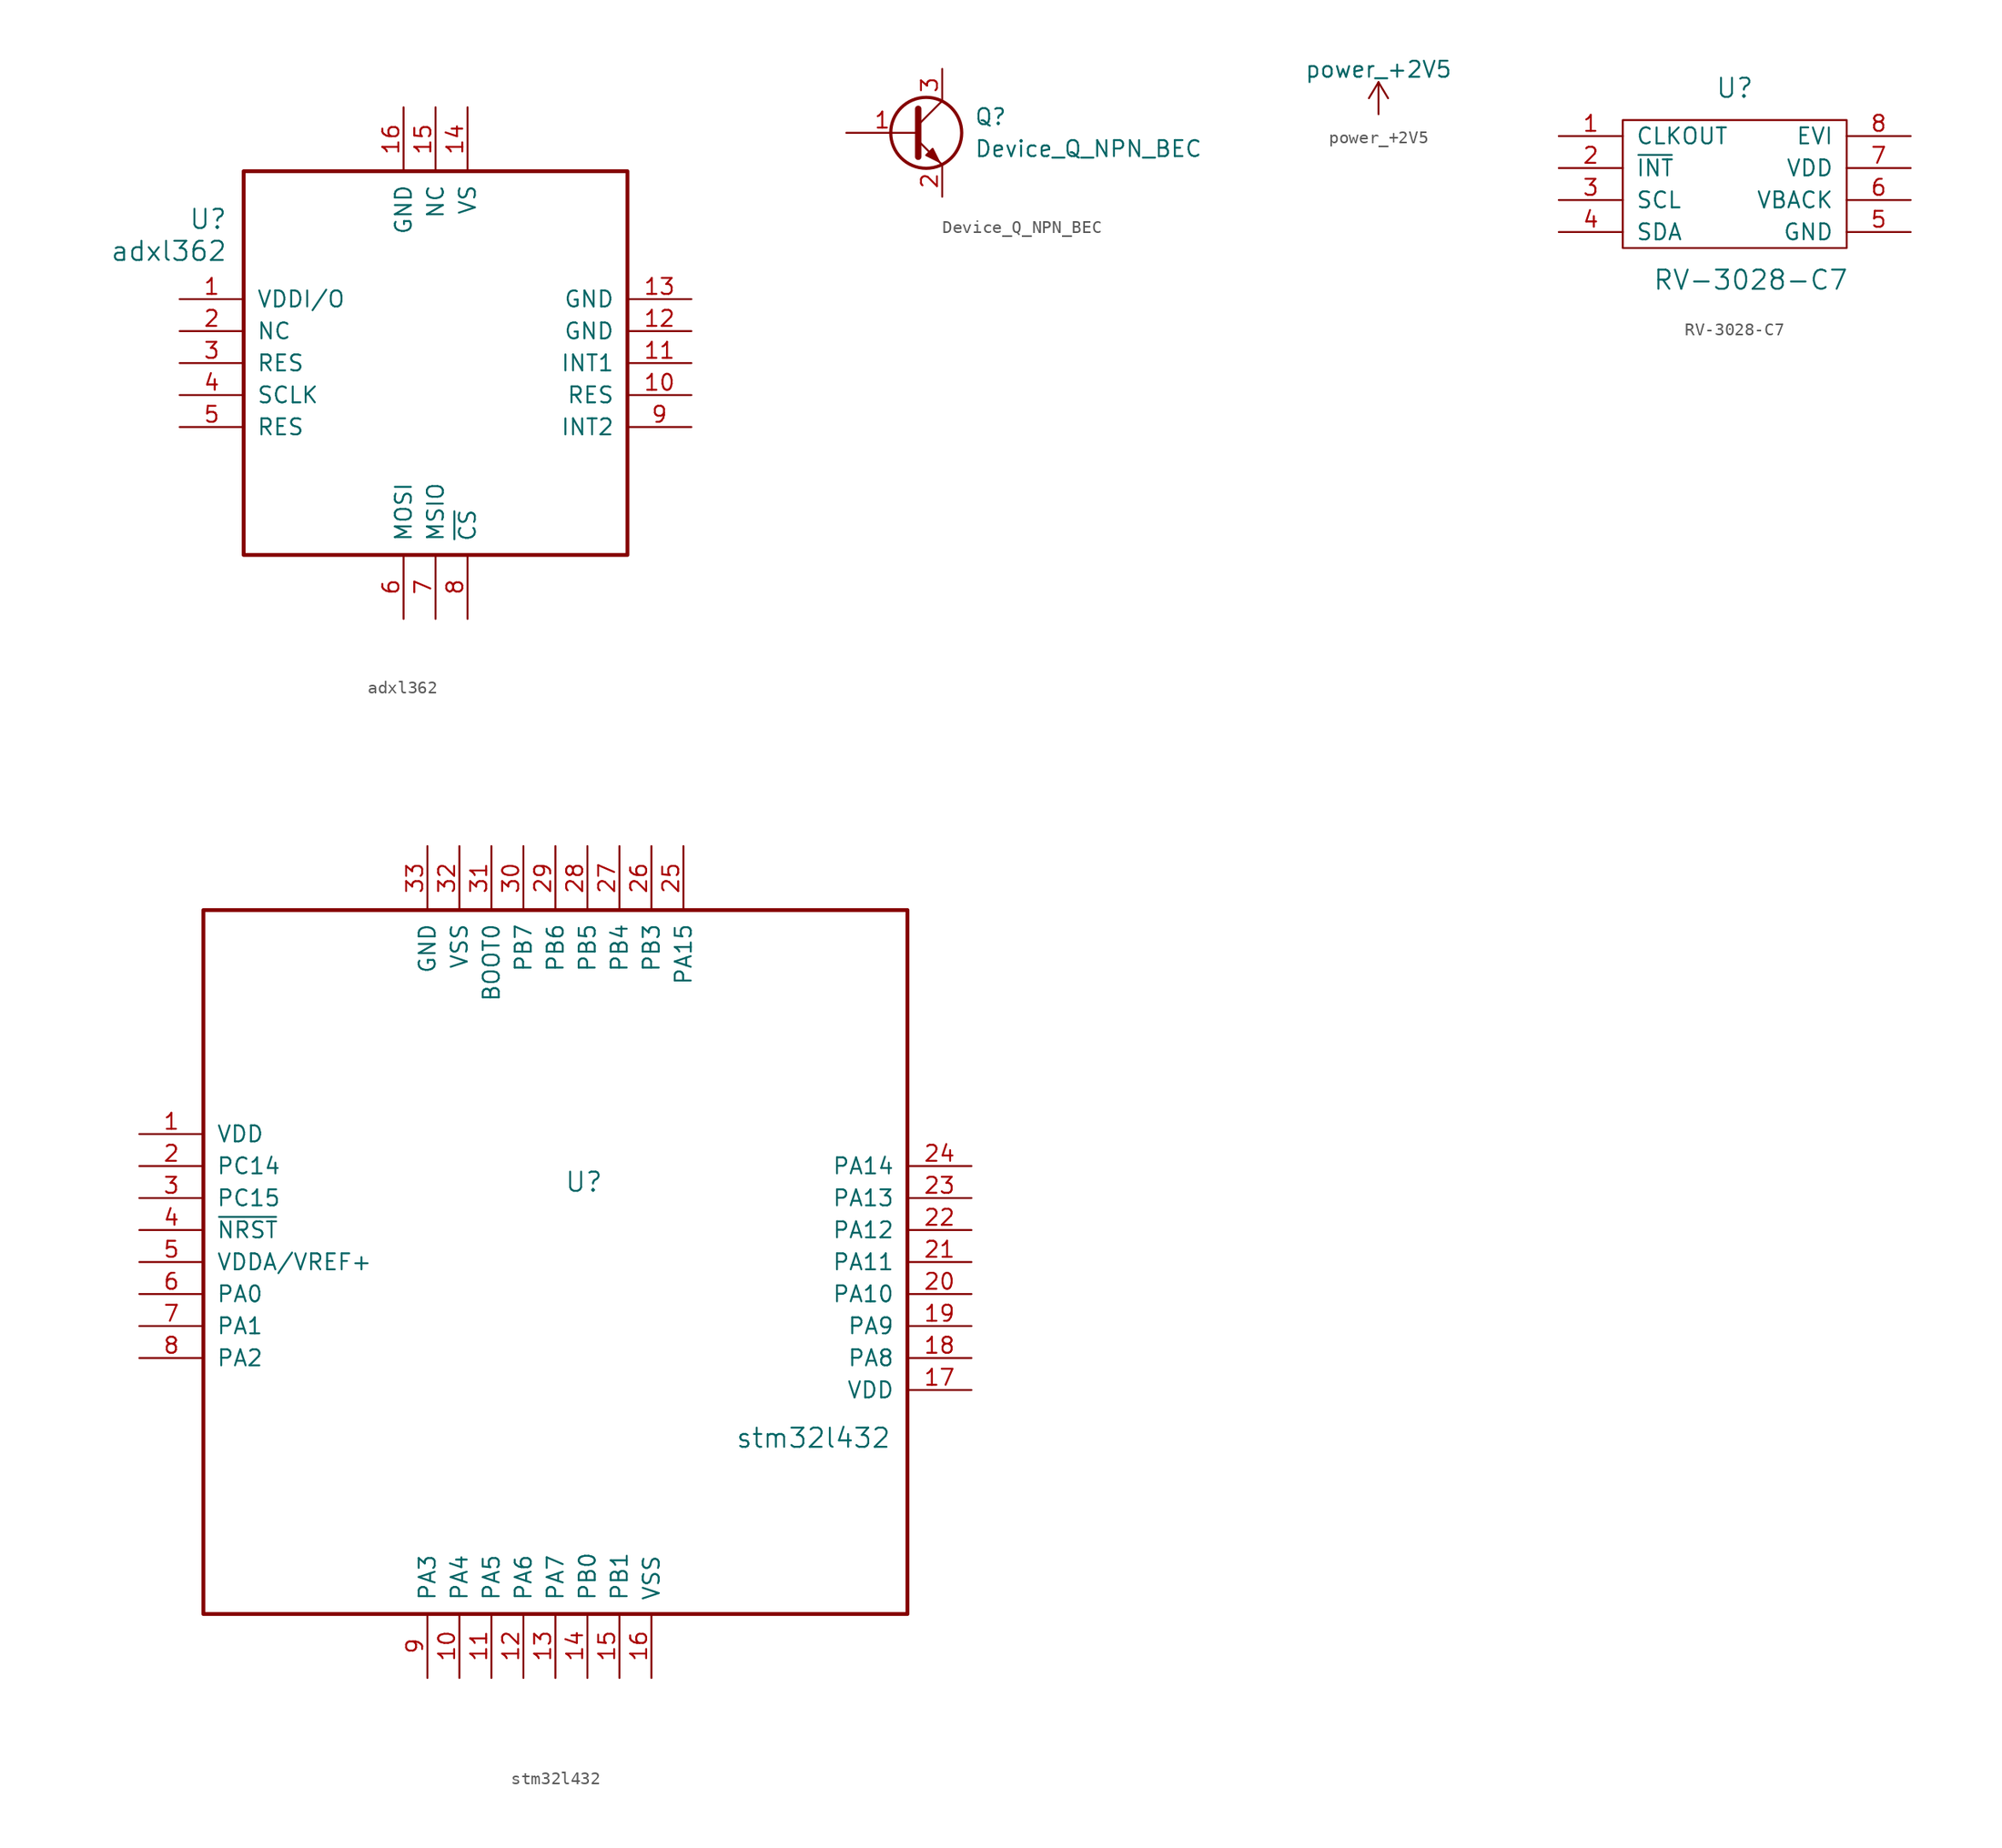
<source format=kicad_sym>
(kicad_symbol_lib
  (version 20211014)
  (generator kicad_symbol_editor)
  (symbol "adxl362"
    (pin_names
      (offset 1.016))
    (property "Reference" "U"
      (at 3.81 6.35 0)
      (effects (font (size 1.524 1.524)) (justify right)))
    (property "Value" "adxl362"
      (at 3.81 3.81 0)
      (effects (font (size 1.524 1.524)) (justify right)))
    (property "ki_locked" ""
      (at 0 0 0)
      (effects (font (size 1.27 1.27))))
    (symbol "adxl362_1_1"
      (rectangle (start 5.08 10.16) (end 35.56 -20.32) (stroke (width 0.305) (type default) (color 0 0 0 0)) (fill (type none)))
      (pin power_in line (at 0 0 0) (length 5.08) (name "VDDI/O" (effects (font (size 1.27 1.27)))) (number "1" (effects (font (size 1.27 1.27)))))
      (pin passive line (at 40.64 -7.62 180) (length 5.08) (name "RES" (effects (font (size 1.27 1.27)))) (number "10" (effects (font (size 1.27 1.27)))))
      (pin output line (at 40.64 -5.08 180) (length 5.08) (name "INT1" (effects (font (size 1.27 1.27)))) (number "11" (effects (font (size 1.27 1.27)))))
      (pin power_in line (at 40.64 -2.54 180) (length 5.08) (name "GND" (effects (font (size 1.27 1.27)))) (number "12" (effects (font (size 1.27 1.27)))))
      (pin power_in line (at 40.64 0 180) (length 5.08) (name "GND" (effects (font (size 1.27 1.27)))) (number "13" (effects (font (size 1.27 1.27)))))
      (pin power_in line (at 22.86 15.24 270) (length 5.08) (name "VS" (effects (font (size 1.27 1.27)))) (number "14" (effects (font (size 1.27 1.27)))))
      (pin passive line (at 20.32 15.24 270) (length 5.08) (name "NC" (effects (font (size 1.27 1.27)))) (number "15" (effects (font (size 1.27 1.27)))))
      (pin power_in line (at 17.78 15.24 270) (length 5.08) (name "GND" (effects (font (size 1.27 1.27)))) (number "16" (effects (font (size 1.27 1.27)))))
      (pin output line (at 0 -2.54 0) (length 5.08) (name "NC" (effects (font (size 1.27 1.27)))) (number "2" (effects (font (size 1.27 1.27)))))
      (pin output line (at 0 -5.08 0) (length 5.08) (name "RES" (effects (font (size 1.27 1.27)))) (number "3" (effects (font (size 1.27 1.27)))))
      (pin input line (at 0 -7.62 0) (length 5.08) (name "SCLK" (effects (font (size 1.27 1.27)))) (number "4" (effects (font (size 1.27 1.27)))))
      (pin output line (at 0 -10.16 0) (length 5.08) (name "RES" (effects (font (size 1.27 1.27)))) (number "5" (effects (font (size 1.27 1.27)))))
      (pin input line (at 17.78 -25.4 90) (length 5.08) (name "MOSI" (effects (font (size 1.27 1.27)))) (number "6" (effects (font (size 1.27 1.27)))))
      (pin output line (at 20.32 -25.4 90) (length 5.08) (name "MSIO" (effects (font (size 1.27 1.27)))) (number "7" (effects (font (size 1.27 1.27)))))
      (pin input line (at 22.86 -25.4 90) (length 5.08) (name "~{CS}" (effects (font (size 1.27 1.27)))) (number "8" (effects (font (size 1.27 1.27)))))
      (pin bidirectional line (at 40.64 -10.16 180) (length 5.08) (name "INT2" (effects (font (size 1.27 1.27)))) (number "9" (effects (font (size 1.27 1.27)))))))
  (symbol "Device_Q_NPN_BEC"
    (pin_names
      (offset 0) hide)
    (property "Reference" "Q"
      (at 5.08 1.27 0)
      (effects (font (size 1.27 1.27)) (justify left)))
    (property "Value" "Device_Q_NPN_BEC"
      (at 5.08 -1.27 0)
      (effects (font (size 1.27 1.27)) (justify left)))
    (symbol "Device_Q_NPN_BEC_0_1"
      (polyline (pts (xy 0.635 0.635) (xy 2.54 2.54)) (stroke (width 0) (type default) (color 0 0 0 0)) (fill (type none)))
      (polyline (pts (xy 0.635 -0.635) (xy 2.54 -2.54) (xy 2.54 -2.54)) (stroke (width 0) (type default) (color 0 0 0 0)) (fill (type none)))
      (polyline (pts (xy 0.635 1.905) (xy 0.635 -1.905) (xy 0.635 -1.905)) (stroke (width 0.508) (type default) (color 0 0 0 0)) (fill (type none)))
      (polyline (pts (xy 1.27 -1.778) (xy 1.778 -1.27) (xy 2.286 -2.286) (xy 1.27 -1.778) (xy 1.27 -1.778)) (stroke (width 0) (type default) (color 0 0 0 0)) (fill (type outline)))
      (circle (center 1.27 0) (radius 2.819) (stroke (width 0.254) (type default) (color 0 0 0 0)) (fill (type none))))
    (symbol "Device_Q_NPN_BEC_1_1"
      (pin input line (at -5.08 0 0) (length 5.715) (name "B" (effects (font (size 1.27 1.27)))) (number "1" (effects (font (size 1.27 1.27)))))
      (pin passive line (at 2.54 -5.08 90) (length 2.54) (name "E" (effects (font (size 1.27 1.27)))) (number "2" (effects (font (size 1.27 1.27)))))
      (pin passive line (at 2.54 5.08 270) (length 2.54) (name "C" (effects (font (size 1.27 1.27)))) (number "3" (effects (font (size 1.27 1.27)))))))
  (symbol "power_+2V5"
    (power)
    (pin_names
      (offset 0))
    (property "Reference" "#PWR"
      (at 0 -3.81 0)
      (effects (font (size 1.27 1.27)) hide))
    (property "Value" "power_+2V5"
      (at 0 3.556 0)
      (effects (font (size 1.27 1.27))))
    (symbol "power_+2V5_0_1"
      (polyline (pts (xy -0.762 1.27) (xy 0 2.54)) (stroke (width 0) (type default) (color 0 0 0 0)) (fill (type none)))
      (polyline (pts (xy 0 0) (xy 0 2.54)) (stroke (width 0) (type default) (color 0 0 0 0)) (fill (type none)))
      (polyline (pts (xy 0 2.54) (xy 0.762 1.27)) (stroke (width 0) (type default) (color 0 0 0 0)) (fill (type none))))
    (symbol "power_+2V5_1_1"
      (pin power_in line (at 0 0 90) (length 0) hide (name "+2V5" (effects (font (size 1.27 1.27)))) (number "1" (effects (font (size 1.27 1.27)))))))
  (symbol "RV-3028-C7"
    (pin_names
      (offset 1.016))
    (property "Reference" "U"
      (at 0 7.62 0)
      (effects (font (size 1.524 1.524))))
    (property "Value" "RV-3028-C7"
      (at 1.27 -7.62 0)
      (effects (font (size 1.524 1.524))))
    (symbol "RV-3028-C7_0_1"
      (rectangle (start -8.89 5.08) (end 8.89 -5.08) (stroke (width 0) (type default) (color 0 0 0 0)) (fill (type none))))
    (symbol "RV-3028-C7_1_1"
      (pin input line (at -13.97 3.81 0) (length 5.08) (name "CLKOUT" (effects (font (size 1.27 1.27)))) (number "1" (effects (font (size 1.27 1.27)))))
      (pin input line (at -13.97 1.27 0) (length 5.08) (name "~{INT}" (effects (font (size 1.27 1.27)))) (number "2" (effects (font (size 1.27 1.27)))))
      (pin input line (at -13.97 -1.27 0) (length 5.08) (name "SCL" (effects (font (size 1.27 1.27)))) (number "3" (effects (font (size 1.27 1.27)))))
      (pin input line (at -13.97 -3.81 0) (length 5.08) (name "SDA" (effects (font (size 1.27 1.27)))) (number "4" (effects (font (size 1.27 1.27)))))
      (pin input line (at 13.97 -3.81 180) (length 5.08) (name "GND" (effects (font (size 1.27 1.27)))) (number "5" (effects (font (size 1.27 1.27)))))
      (pin input line (at 13.97 -1.27 180) (length 5.08) (name "VBACK" (effects (font (size 1.27 1.27)))) (number "6" (effects (font (size 1.27 1.27)))))
      (pin input line (at 13.97 1.27 180) (length 5.08) (name "VDD" (effects (font (size 1.27 1.27)))) (number "7" (effects (font (size 1.27 1.27)))))
      (pin input line (at 13.97 3.81 180) (length 5.08) (name "EVI" (effects (font (size 1.27 1.27)))) (number "8" (effects (font (size 1.27 1.27)))))))
  (symbol "stm32l432"
    (pin_names
      (offset 1.016))
    (property "Reference" "U"
      (at 36.83 -3.81 0)
      (effects (font (size 1.524 1.524)) (justify right)))
    (property "Value" "stm32l432"
      (at 59.69 -24.13 0)
      (effects (font (size 1.524 1.524)) (justify right)))
    (property "ki_locked" ""
      (at 0 0 0)
      (effects (font (size 1.27 1.27))))
    (symbol "stm32l432_1_1"
      (rectangle (start 5.08 17.78) (end 60.96 -38.1) (stroke (width 0.305) (type default) (color 0 0 0 0)) (fill (type none)))
      (pin power_in line (at 0 0 0) (length 5.08) (name "VDD" (effects (font (size 1.27 1.27)))) (number "1" (effects (font (size 1.27 1.27)))))
      (pin bidirectional line (at 25.4 -43.18 90) (length 5.08) (name "PA4" (effects (font (size 1.27 1.27)))) (number "10" (effects (font (size 1.27 1.27)))))
      (pin bidirectional line (at 27.94 -43.18 90) (length 5.08) (name "PA5" (effects (font (size 1.27 1.27)))) (number "11" (effects (font (size 1.27 1.27)))))
      (pin bidirectional line (at 30.48 -43.18 90) (length 5.08) (name "PA6" (effects (font (size 1.27 1.27)))) (number "12" (effects (font (size 1.27 1.27)))))
      (pin bidirectional line (at 33.02 -43.18 90) (length 5.08) (name "PA7" (effects (font (size 1.27 1.27)))) (number "13" (effects (font (size 1.27 1.27)))))
      (pin bidirectional line (at 35.56 -43.18 90) (length 5.08) (name "PB0" (effects (font (size 1.27 1.27)))) (number "14" (effects (font (size 1.27 1.27)))))
      (pin bidirectional line (at 38.1 -43.18 90) (length 5.08) (name "PB1" (effects (font (size 1.27 1.27)))) (number "15" (effects (font (size 1.27 1.27)))))
      (pin power_in line (at 40.64 -43.18 90) (length 5.08) (name "VSS" (effects (font (size 1.27 1.27)))) (number "16" (effects (font (size 1.27 1.27)))))
      (pin power_in line (at 66.04 -20.32 180) (length 5.08) (name "VDD" (effects (font (size 1.27 1.27)))) (number "17" (effects (font (size 1.27 1.27)))))
      (pin bidirectional line (at 66.04 -17.78 180) (length 5.08) (name "PA8" (effects (font (size 1.27 1.27)))) (number "18" (effects (font (size 1.27 1.27)))))
      (pin bidirectional line (at 66.04 -15.24 180) (length 5.08) (name "PA9" (effects (font (size 1.27 1.27)))) (number "19" (effects (font (size 1.27 1.27)))))
      (pin bidirectional line (at 0 -2.54 0) (length 5.08) (name "PC14" (effects (font (size 1.27 1.27)))) (number "2" (effects (font (size 1.27 1.27)))))
      (pin bidirectional line (at 66.04 -12.7 180) (length 5.08) (name "PA10" (effects (font (size 1.27 1.27)))) (number "20" (effects (font (size 1.27 1.27)))))
      (pin bidirectional line (at 66.04 -10.16 180) (length 5.08) (name "PA11" (effects (font (size 1.27 1.27)))) (number "21" (effects (font (size 1.27 1.27)))))
      (pin bidirectional line (at 66.04 -7.62 180) (length 5.08) (name "PA12" (effects (font (size 1.27 1.27)))) (number "22" (effects (font (size 1.27 1.27)))))
      (pin bidirectional line (at 66.04 -5.08 180) (length 5.08) (name "PA13" (effects (font (size 1.27 1.27)))) (number "23" (effects (font (size 1.27 1.27)))))
      (pin bidirectional line (at 66.04 -2.54 180) (length 5.08) (name "PA14" (effects (font (size 1.27 1.27)))) (number "24" (effects (font (size 1.27 1.27)))))
      (pin bidirectional line (at 43.18 22.86 270) (length 5.08) (name "PA15" (effects (font (size 1.27 1.27)))) (number "25" (effects (font (size 1.27 1.27)))))
      (pin bidirectional line (at 40.64 22.86 270) (length 5.08) (name "PB3" (effects (font (size 1.27 1.27)))) (number "26" (effects (font (size 1.27 1.27)))))
      (pin bidirectional line (at 38.1 22.86 270) (length 5.08) (name "PB4" (effects (font (size 1.27 1.27)))) (number "27" (effects (font (size 1.27 1.27)))))
      (pin bidirectional line (at 35.56 22.86 270) (length 5.08) (name "PB5" (effects (font (size 1.27 1.27)))) (number "28" (effects (font (size 1.27 1.27)))))
      (pin bidirectional line (at 33.02 22.86 270) (length 5.08) (name "PB6" (effects (font (size 1.27 1.27)))) (number "29" (effects (font (size 1.27 1.27)))))
      (pin bidirectional line (at 0 -5.08 0) (length 5.08) (name "PC15" (effects (font (size 1.27 1.27)))) (number "3" (effects (font (size 1.27 1.27)))))
      (pin bidirectional line (at 30.48 22.86 270) (length 5.08) (name "PB7" (effects (font (size 1.27 1.27)))) (number "30" (effects (font (size 1.27 1.27)))))
      (pin input line (at 27.94 22.86 270) (length 5.08) (name "BOOT0" (effects (font (size 1.27 1.27)))) (number "31" (effects (font (size 1.27 1.27)))))
      (pin power_in line (at 25.4 22.86 270) (length 5.08) (name "VSS" (effects (font (size 1.27 1.27)))) (number "32" (effects (font (size 1.27 1.27)))))
      (pin power_in line (at 22.86 22.86 270) (length 5.08) (name "GND" (effects (font (size 1.27 1.27)))) (number "33" (effects (font (size 1.27 1.27)))))
      (pin input line (at 0 -7.62 0) (length 5.08) (name "~{NRST}" (effects (font (size 1.27 1.27)))) (number "4" (effects (font (size 1.27 1.27)))))
      (pin power_in line (at 0 -10.16 0) (length 5.08) (name "VDDA/VREF+" (effects (font (size 1.27 1.27)))) (number "5" (effects (font (size 1.27 1.27)))))
      (pin bidirectional line (at 0 -12.7 0) (length 5.08) (name "PA0" (effects (font (size 1.27 1.27)))) (number "6" (effects (font (size 1.27 1.27)))))
      (pin bidirectional line (at 0 -15.24 0) (length 5.08) (name "PA1" (effects (font (size 1.27 1.27)))) (number "7" (effects (font (size 1.27 1.27)))))
      (pin bidirectional line (at 0 -17.78 0) (length 5.08) (name "PA2" (effects (font (size 1.27 1.27)))) (number "8" (effects (font (size 1.27 1.27)))))
      (pin bidirectional line (at 22.86 -43.18 90) (length 5.08) (name "PA3" (effects (font (size 1.27 1.27)))) (number "9" (effects (font (size 1.27 1.27))))))))
</source>
